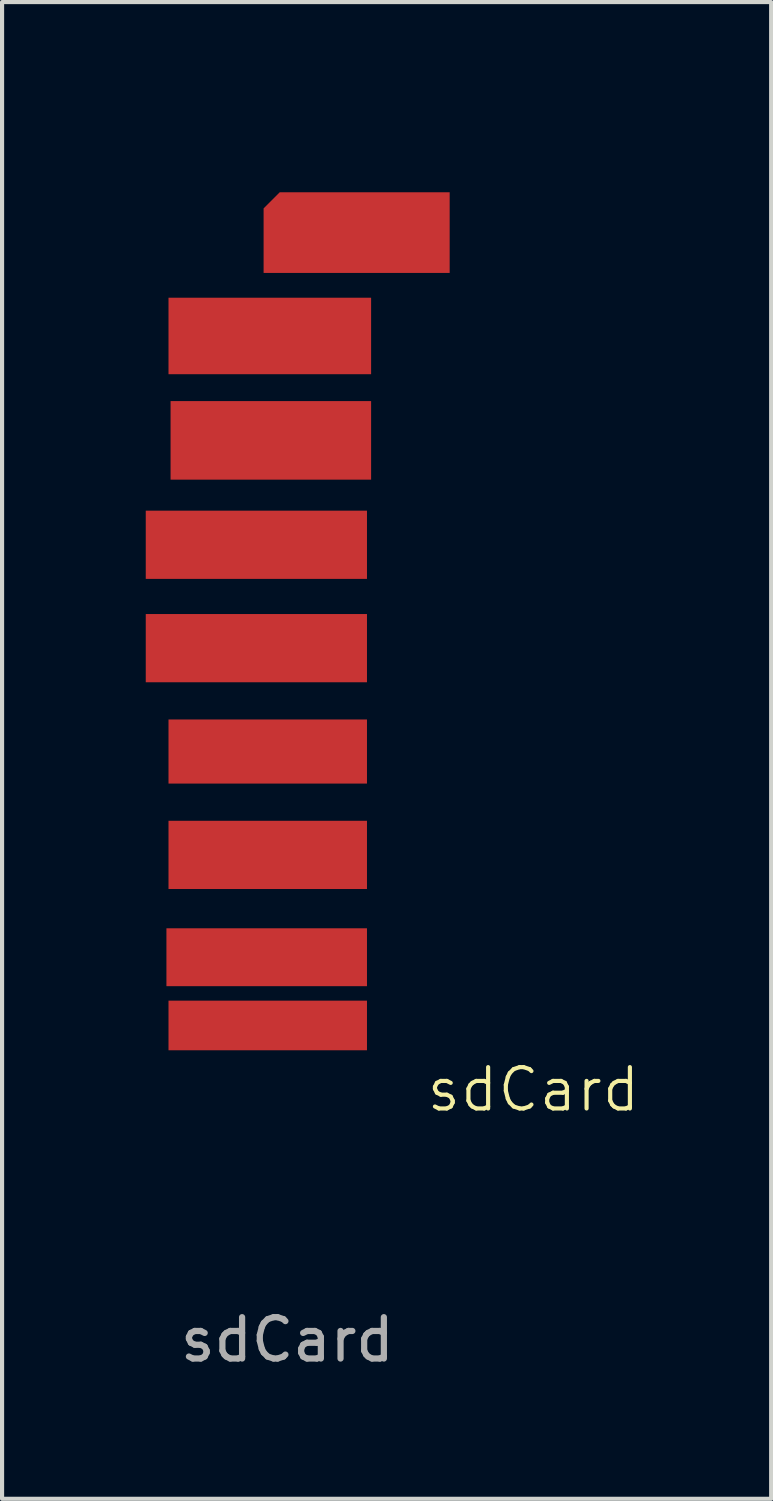
<source format=kicad_pcb>
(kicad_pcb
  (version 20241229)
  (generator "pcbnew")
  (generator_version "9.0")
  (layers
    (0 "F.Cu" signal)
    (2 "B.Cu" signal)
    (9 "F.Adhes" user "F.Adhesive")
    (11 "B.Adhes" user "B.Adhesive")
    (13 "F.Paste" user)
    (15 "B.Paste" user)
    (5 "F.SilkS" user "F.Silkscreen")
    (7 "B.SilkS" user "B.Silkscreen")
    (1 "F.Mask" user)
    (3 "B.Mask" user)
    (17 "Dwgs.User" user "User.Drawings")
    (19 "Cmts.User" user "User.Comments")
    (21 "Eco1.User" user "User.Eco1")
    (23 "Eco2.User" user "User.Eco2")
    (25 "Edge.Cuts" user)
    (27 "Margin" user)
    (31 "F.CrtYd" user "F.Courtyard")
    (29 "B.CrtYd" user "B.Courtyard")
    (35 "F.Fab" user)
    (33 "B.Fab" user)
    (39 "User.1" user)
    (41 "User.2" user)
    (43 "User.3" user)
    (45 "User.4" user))
  (footprint "sdCard"
    (layer "F.Cu")
    (at 0.25 24.95)
    (property "Reference" "sdCard" (at 9.6 -1.65 0) (unlocked yes) (layer "F.SilkS") (effects (font (size 1 1) (thickness 0.1))))
    (attr smd)
    (fp_line (start 0 0) (end 0 -20.4) (stroke (width 0.1) (type default)) (layer "Margin"))
    (fp_line (start 4.5 -24.9) (end 0 -20.4) (stroke (width 0.1) (type default)) (layer "Margin"))
    (fp_line (start 4.5 -24.9) (end 10.5 -24.9) (stroke (width 0.1) (type default)) (layer "Margin"))
    (fp_line (start 4.5 0) (end 0 0) (stroke (width 0.1) (type default)) (layer "Margin"))
    (fp_line (start 4.5 0) (end 12 0) (stroke (width 0.1) (type default)) (layer "Margin"))
    (fp_line (start 10.5 -24.1) (end 10.5 -24.9) (stroke (width 0.1) (type default)) (layer "Margin"))
    (fp_line (start 12.3 -24.1) (end 10.5 -24.1) (stroke (width 0.1) (type default)) (layer "Margin"))
    (fp_line (start 12.3 -24.1) (end 12.3 -24.9) (stroke (width 0.1) (type default)) (layer "Margin"))
    (fp_text user "${REFERENCE}" (at 3.65 4.4 0) (unlocked yes) (layer "F.Fab") (effects (font (size 1 1) (thickness 0.15))))
    (pad "1" smd roundrect (at 5.325 -22.375) (size 4.5 1.95) (layers "F.Cu" "F.Mask" "F.Paste") (roundrect_rratio 0) (chamfer_ratio 0.2) (chamfer top_left))
    (pad "2" smd rect (at 3.225 -19.875) (size 4.9 1.85) (layers "F.Cu" "F.Mask" "F.Paste"))
    (pad "3" smd rect (at 3.25 -17.35) (size 4.85 1.9) (layers "F.Cu" "F.Mask" "F.Paste"))
    (pad "4" smd rect (at 2.9 -14.825) (size 5.35 1.65) (layers "F.Cu" "F.Mask" "F.Paste"))
    (pad "5" smd rect (at 2.9 -12.325) (size 5.35 1.65) (layers "F.Cu" "F.Mask" "F.Paste"))
    (pad "6" smd rect (at 3.175 -9.825) (size 4.8 1.55) (layers "F.Cu" "F.Mask" "F.Paste"))
    (pad "7" smd rect (at 3.175 -7.325) (size 4.8 1.65) (layers "F.Cu" "F.Mask" "F.Paste"))
    (pad "8" smd rect (at 3.15 -4.85) (size 4.85 1.4) (layers "F.Cu" "F.Mask" "F.Paste"))
    (pad "9" smd rect (at 3.175 -3.2) (size 4.8 1.2) (layers "F.Cu" "F.Mask" "F.Paste")))
  (gr_rect
    (start -3 -3)
    (end 15.6 33.198)
    (stroke (width 0.1) (type default))
    (fill no)
    (layer "Edge.Cuts")))
</source>
